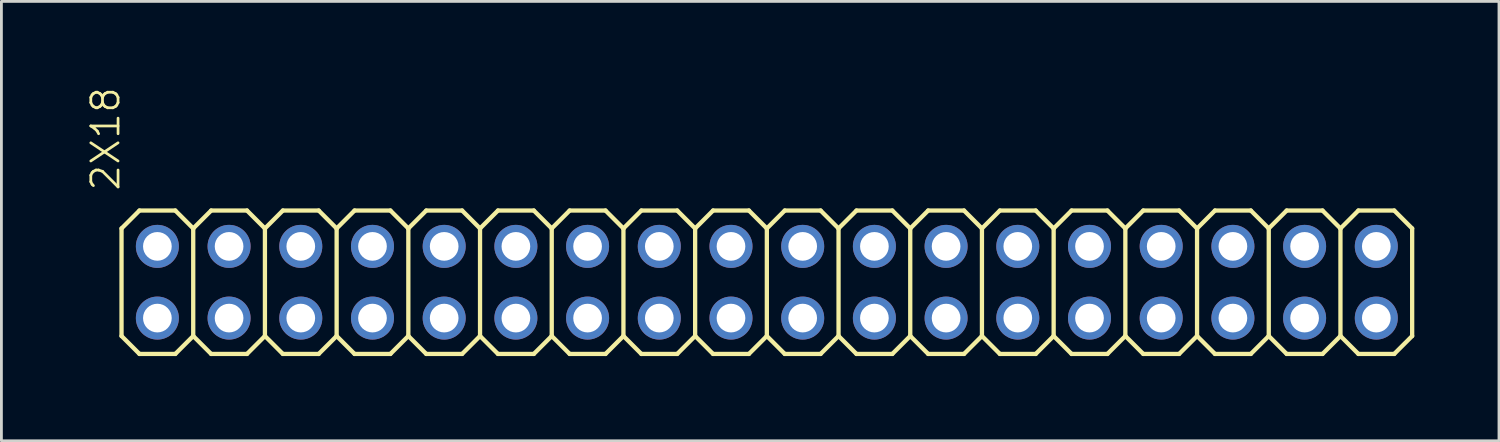
<source format=kicad_pcb>
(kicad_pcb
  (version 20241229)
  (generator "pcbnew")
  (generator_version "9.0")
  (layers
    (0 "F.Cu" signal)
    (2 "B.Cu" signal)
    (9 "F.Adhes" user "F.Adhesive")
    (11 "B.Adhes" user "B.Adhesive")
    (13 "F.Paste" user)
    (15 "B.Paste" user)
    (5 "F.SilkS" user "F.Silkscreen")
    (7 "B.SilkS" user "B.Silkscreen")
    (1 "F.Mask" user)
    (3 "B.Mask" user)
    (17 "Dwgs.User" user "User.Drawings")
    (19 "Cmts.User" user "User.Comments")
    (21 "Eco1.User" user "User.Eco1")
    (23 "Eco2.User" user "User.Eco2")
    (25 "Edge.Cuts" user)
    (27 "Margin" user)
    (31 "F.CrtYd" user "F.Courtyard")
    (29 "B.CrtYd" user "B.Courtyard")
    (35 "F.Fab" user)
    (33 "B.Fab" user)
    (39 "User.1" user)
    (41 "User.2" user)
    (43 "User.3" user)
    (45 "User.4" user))
  (footprint "2X18"
    (layer "F.Cu")
    (at 24.115 6.948)
    (property "Reference" "2X18" (at -22.86 -3.175 90) (layer "F.SilkS") (effects (font (size 0.965 0.965) (thickness 0.097)) (justify left bottom)))
    (attr through_hole)
    (fp_line (start -22.86 -1.905) (end -22.225 -2.54) (stroke (width 0.152) (type solid)) (layer "F.SilkS"))
    (fp_line (start -22.86 1.905) (end -22.86 -1.905) (stroke (width 0.152) (type solid)) (layer "F.SilkS"))
    (fp_line (start -22.86 1.905) (end -22.225 2.54) (stroke (width 0.152) (type solid)) (layer "F.SilkS"))
    (fp_line (start -22.225 -2.54) (end -20.955 -2.54) (stroke (width 0.152) (type solid)) (layer "F.SilkS"))
    (fp_line (start -22.225 2.54) (end -20.955 2.54) (stroke (width 0.152) (type solid)) (layer "F.SilkS"))
    (fp_line (start -20.955 -2.54) (end -20.32 -1.905) (stroke (width 0.152) (type solid)) (layer "F.SilkS"))
    (fp_line (start -20.955 2.54) (end -20.32 1.905) (stroke (width 0.152) (type solid)) (layer "F.SilkS"))
    (fp_line (start -20.32 -1.905) (end -20.32 1.905) (stroke (width 0.152) (type solid)) (layer "F.SilkS"))
    (fp_line (start -20.32 -1.905) (end -19.685 -2.54) (stroke (width 0.152) (type solid)) (layer "F.SilkS"))
    (fp_line (start -20.32 1.905) (end -19.685 2.54) (stroke (width 0.152) (type solid)) (layer "F.SilkS"))
    (fp_line (start -19.685 -2.54) (end -18.415 -2.54) (stroke (width 0.152) (type solid)) (layer "F.SilkS"))
    (fp_line (start -19.685 2.54) (end -18.415 2.54) (stroke (width 0.152) (type solid)) (layer "F.SilkS"))
    (fp_line (start -18.415 -2.54) (end -17.78 -1.905) (stroke (width 0.152) (type solid)) (layer "F.SilkS"))
    (fp_line (start -18.415 2.54) (end -17.78 1.905) (stroke (width 0.152) (type solid)) (layer "F.SilkS"))
    (fp_line (start -17.78 -1.905) (end -17.78 1.905) (stroke (width 0.152) (type solid)) (layer "F.SilkS"))
    (fp_line (start -17.78 -1.905) (end -17.145 -2.54) (stroke (width 0.152) (type solid)) (layer "F.SilkS"))
    (fp_line (start -17.78 1.905) (end -17.145 2.54) (stroke (width 0.152) (type solid)) (layer "F.SilkS"))
    (fp_line (start -17.145 -2.54) (end -15.875 -2.54) (stroke (width 0.152) (type solid)) (layer "F.SilkS"))
    (fp_line (start -17.145 2.54) (end -15.875 2.54) (stroke (width 0.152) (type solid)) (layer "F.SilkS"))
    (fp_line (start -15.875 -2.54) (end -15.24 -1.905) (stroke (width 0.152) (type solid)) (layer "F.SilkS"))
    (fp_line (start -15.875 2.54) (end -15.24 1.905) (stroke (width 0.152) (type solid)) (layer "F.SilkS"))
    (fp_line (start -15.24 -1.905) (end -15.24 1.905) (stroke (width 0.152) (type solid)) (layer "F.SilkS"))
    (fp_line (start -15.24 -1.905) (end -14.605 -2.54) (stroke (width 0.152) (type solid)) (layer "F.SilkS"))
    (fp_line (start -15.24 1.905) (end -14.605 2.54) (stroke (width 0.152) (type solid)) (layer "F.SilkS"))
    (fp_line (start -14.605 -2.54) (end -13.335 -2.54) (stroke (width 0.152) (type solid)) (layer "F.SilkS"))
    (fp_line (start -14.605 2.54) (end -13.335 2.54) (stroke (width 0.152) (type solid)) (layer "F.SilkS"))
    (fp_line (start -13.335 -2.54) (end -12.7 -1.905) (stroke (width 0.152) (type solid)) (layer "F.SilkS"))
    (fp_line (start -13.335 2.54) (end -12.7 1.905) (stroke (width 0.152) (type solid)) (layer "F.SilkS"))
    (fp_line (start -12.7 -1.905) (end -12.7 1.905) (stroke (width 0.152) (type solid)) (layer "F.SilkS"))
    (fp_line (start -12.7 -1.905) (end -12.065 -2.54) (stroke (width 0.152) (type solid)) (layer "F.SilkS"))
    (fp_line (start -12.7 1.905) (end -12.065 2.54) (stroke (width 0.152) (type solid)) (layer "F.SilkS"))
    (fp_line (start -12.065 -2.54) (end -10.795 -2.54) (stroke (width 0.152) (type solid)) (layer "F.SilkS"))
    (fp_line (start -12.065 2.54) (end -10.795 2.54) (stroke (width 0.152) (type solid)) (layer "F.SilkS"))
    (fp_line (start -10.795 -2.54) (end -10.16 -1.905) (stroke (width 0.152) (type solid)) (layer "F.SilkS"))
    (fp_line (start -10.795 2.54) (end -10.16 1.905) (stroke (width 0.152) (type solid)) (layer "F.SilkS"))
    (fp_line (start -10.16 -1.905) (end -10.16 1.905) (stroke (width 0.152) (type solid)) (layer "F.SilkS"))
    (fp_line (start -10.16 -1.905) (end -9.525 -2.54) (stroke (width 0.152) (type solid)) (layer "F.SilkS"))
    (fp_line (start -10.16 1.905) (end -9.525 2.54) (stroke (width 0.152) (type solid)) (layer "F.SilkS"))
    (fp_line (start -9.525 -2.54) (end -8.255 -2.54) (stroke (width 0.152) (type solid)) (layer "F.SilkS"))
    (fp_line (start -9.525 2.54) (end -8.255 2.54) (stroke (width 0.152) (type solid)) (layer "F.SilkS"))
    (fp_line (start -8.255 -2.54) (end -7.62 -1.905) (stroke (width 0.152) (type solid)) (layer "F.SilkS"))
    (fp_line (start -8.255 2.54) (end -7.62 1.905) (stroke (width 0.152) (type solid)) (layer "F.SilkS"))
    (fp_line (start -7.62 -1.905) (end -7.62 1.905) (stroke (width 0.152) (type solid)) (layer "F.SilkS"))
    (fp_line (start -7.62 -1.905) (end -6.985 -2.54) (stroke (width 0.152) (type solid)) (layer "F.SilkS"))
    (fp_line (start -7.62 1.905) (end -6.985 2.54) (stroke (width 0.152) (type solid)) (layer "F.SilkS"))
    (fp_line (start -6.985 -2.54) (end -5.715 -2.54) (stroke (width 0.152) (type solid)) (layer "F.SilkS"))
    (fp_line (start -5.715 -2.54) (end -5.08 -1.905) (stroke (width 0.152) (type solid)) (layer "F.SilkS"))
    (fp_line (start -5.715 2.54) (end -6.985 2.54) (stroke (width 0.152) (type solid)) (layer "F.SilkS"))
    (fp_line (start -5.08 -1.905) (end -5.08 1.905) (stroke (width 0.152) (type solid)) (layer "F.SilkS"))
    (fp_line (start -5.08 -1.905) (end -4.445 -2.54) (stroke (width 0.152) (type solid)) (layer "F.SilkS"))
    (fp_line (start -5.08 1.905) (end -5.715 2.54) (stroke (width 0.152) (type solid)) (layer "F.SilkS"))
    (fp_line (start -5.08 1.905) (end -4.445 2.54) (stroke (width 0.152) (type solid)) (layer "F.SilkS"))
    (fp_line (start -4.445 -2.54) (end -3.175 -2.54) (stroke (width 0.152) (type solid)) (layer "F.SilkS"))
    (fp_line (start -3.175 -2.54) (end -2.54 -1.905) (stroke (width 0.152) (type solid)) (layer "F.SilkS"))
    (fp_line (start -3.175 2.54) (end -4.445 2.54) (stroke (width 0.152) (type solid)) (layer "F.SilkS"))
    (fp_line (start -2.54 -1.905) (end -2.54 1.905) (stroke (width 0.152) (type solid)) (layer "F.SilkS"))
    (fp_line (start -2.54 -1.905) (end -1.905 -2.54) (stroke (width 0.152) (type solid)) (layer "F.SilkS"))
    (fp_line (start -2.54 1.905) (end -3.175 2.54) (stroke (width 0.152) (type solid)) (layer "F.SilkS"))
    (fp_line (start -2.54 1.905) (end -1.905 2.54) (stroke (width 0.152) (type solid)) (layer "F.SilkS"))
    (fp_line (start -1.905 -2.54) (end -0.635 -2.54) (stroke (width 0.152) (type solid)) (layer "F.SilkS"))
    (fp_line (start -0.635 -2.54) (end 0 -1.905) (stroke (width 0.152) (type solid)) (layer "F.SilkS"))
    (fp_line (start -0.635 2.54) (end -1.905 2.54) (stroke (width 0.152) (type solid)) (layer "F.SilkS"))
    (fp_line (start 0 -1.905) (end 0 1.905) (stroke (width 0.152) (type solid)) (layer "F.SilkS"))
    (fp_line (start 0 -1.905) (end 0.635 -2.54) (stroke (width 0.152) (type solid)) (layer "F.SilkS"))
    (fp_line (start 0 1.905) (end -0.635 2.54) (stroke (width 0.152) (type solid)) (layer "F.SilkS"))
    (fp_line (start 0 1.905) (end 0.635 2.54) (stroke (width 0.152) (type solid)) (layer "F.SilkS"))
    (fp_line (start 0.635 -2.54) (end 1.905 -2.54) (stroke (width 0.152) (type solid)) (layer "F.SilkS"))
    (fp_line (start 1.905 -2.54) (end 2.54 -1.905) (stroke (width 0.152) (type solid)) (layer "F.SilkS"))
    (fp_line (start 1.905 2.54) (end 0.635 2.54) (stroke (width 0.152) (type solid)) (layer "F.SilkS"))
    (fp_line (start 2.54 -1.905) (end 2.54 1.905) (stroke (width 0.152) (type solid)) (layer "F.SilkS"))
    (fp_line (start 2.54 -1.905) (end 3.175 -2.54) (stroke (width 0.152) (type solid)) (layer "F.SilkS"))
    (fp_line (start 2.54 1.905) (end 1.905 2.54) (stroke (width 0.152) (type solid)) (layer "F.SilkS"))
    (fp_line (start 2.54 1.905) (end 3.175 2.54) (stroke (width 0.152) (type solid)) (layer "F.SilkS"))
    (fp_line (start 3.175 -2.54) (end 4.445 -2.54) (stroke (width 0.152) (type solid)) (layer "F.SilkS"))
    (fp_line (start 4.445 -2.54) (end 5.08 -1.905) (stroke (width 0.152) (type solid)) (layer "F.SilkS"))
    (fp_line (start 4.445 2.54) (end 3.175 2.54) (stroke (width 0.152) (type solid)) (layer "F.SilkS"))
    (fp_line (start 5.08 -1.905) (end 5.08 1.905) (stroke (width 0.152) (type solid)) (layer "F.SilkS"))
    (fp_line (start 5.08 -1.905) (end 5.715 -2.54) (stroke (width 0.152) (type solid)) (layer "F.SilkS"))
    (fp_line (start 5.08 1.905) (end 4.445 2.54) (stroke (width 0.152) (type solid)) (layer "F.SilkS"))
    (fp_line (start 5.08 1.905) (end 5.715 2.54) (stroke (width 0.152) (type solid)) (layer "F.SilkS"))
    (fp_line (start 5.715 -2.54) (end 6.985 -2.54) (stroke (width 0.152) (type solid)) (layer "F.SilkS"))
    (fp_line (start 6.985 2.54) (end 5.715 2.54) (stroke (width 0.152) (type solid)) (layer "F.SilkS"))
    (fp_line (start 7.62 -1.905) (end 6.985 -2.54) (stroke (width 0.152) (type solid)) (layer "F.SilkS"))
    (fp_line (start 7.62 -1.905) (end 7.62 1.905) (stroke (width 0.152) (type solid)) (layer "F.SilkS"))
    (fp_line (start 7.62 -1.905) (end 8.255 -2.54) (stroke (width 0.152) (type solid)) (layer "F.SilkS"))
    (fp_line (start 7.62 1.905) (end 6.985 2.54) (stroke (width 0.152) (type solid)) (layer "F.SilkS"))
    (fp_line (start 7.62 1.905) (end 8.255 2.54) (stroke (width 0.152) (type solid)) (layer "F.SilkS"))
    (fp_line (start 9.525 -2.54) (end 8.255 -2.54) (stroke (width 0.152) (type solid)) (layer "F.SilkS"))
    (fp_line (start 9.525 -2.54) (end 10.16 -1.905) (stroke (width 0.152) (type solid)) (layer "F.SilkS"))
    (fp_line (start 9.525 2.54) (end 8.255 2.54) (stroke (width 0.152) (type solid)) (layer "F.SilkS"))
    (fp_line (start 10.16 -1.905) (end 10.16 1.905) (stroke (width 0.152) (type solid)) (layer "F.SilkS"))
    (fp_line (start 10.16 -1.905) (end 10.795 -2.54) (stroke (width 0.152) (type solid)) (layer "F.SilkS"))
    (fp_line (start 10.16 1.905) (end 9.525 2.54) (stroke (width 0.152) (type solid)) (layer "F.SilkS"))
    (fp_line (start 10.16 1.905) (end 10.795 2.54) (stroke (width 0.152) (type solid)) (layer "F.SilkS"))
    (fp_line (start 12.065 -2.54) (end 10.795 -2.54) (stroke (width 0.152) (type solid)) (layer "F.SilkS"))
    (fp_line (start 12.065 -2.54) (end 12.7 -1.905) (stroke (width 0.152) (type solid)) (layer "F.SilkS"))
    (fp_line (start 12.065 2.54) (end 10.795 2.54) (stroke (width 0.152) (type solid)) (layer "F.SilkS"))
    (fp_line (start 12.7 -1.905) (end 12.7 1.905) (stroke (width 0.152) (type solid)) (layer "F.SilkS"))
    (fp_line (start 12.7 -1.905) (end 13.335 -2.54) (stroke (width 0.152) (type solid)) (layer "F.SilkS"))
    (fp_line (start 12.7 1.905) (end 12.065 2.54) (stroke (width 0.152) (type solid)) (layer "F.SilkS"))
    (fp_line (start 13.335 2.54) (end 12.7 1.905) (stroke (width 0.152) (type solid)) (layer "F.SilkS"))
    (fp_line (start 13.335 2.54) (end 14.605 2.54) (stroke (width 0.152) (type solid)) (layer "F.SilkS"))
    (fp_line (start 14.605 -2.54) (end 13.335 -2.54) (stroke (width 0.152) (type solid)) (layer "F.SilkS"))
    (fp_line (start 14.605 -2.54) (end 15.24 -1.905) (stroke (width 0.152) (type solid)) (layer "F.SilkS"))
    (fp_line (start 15.24 -1.905) (end 15.24 1.905) (stroke (width 0.152) (type solid)) (layer "F.SilkS"))
    (fp_line (start 15.24 -1.905) (end 15.875 -2.54) (stroke (width 0.152) (type solid)) (layer "F.SilkS"))
    (fp_line (start 15.24 1.905) (end 14.605 2.54) (stroke (width 0.152) (type solid)) (layer "F.SilkS"))
    (fp_line (start 15.875 2.54) (end 15.24 1.905) (stroke (width 0.152) (type solid)) (layer "F.SilkS"))
    (fp_line (start 15.875 2.54) (end 17.145 2.54) (stroke (width 0.152) (type solid)) (layer "F.SilkS"))
    (fp_line (start 17.145 -2.54) (end 15.875 -2.54) (stroke (width 0.152) (type solid)) (layer "F.SilkS"))
    (fp_line (start 17.145 -2.54) (end 17.78 -1.905) (stroke (width 0.152) (type solid)) (layer "F.SilkS"))
    (fp_line (start 17.78 -1.905) (end 17.78 1.905) (stroke (width 0.152) (type solid)) (layer "F.SilkS"))
    (fp_line (start 17.78 -1.905) (end 18.415 -2.54) (stroke (width 0.152) (type solid)) (layer "F.SilkS"))
    (fp_line (start 17.78 1.905) (end 17.145 2.54) (stroke (width 0.152) (type solid)) (layer "F.SilkS"))
    (fp_line (start 17.78 1.905) (end 18.415 2.54) (stroke (width 0.152) (type solid)) (layer "F.SilkS"))
    (fp_line (start 19.685 -2.54) (end 18.415 -2.54) (stroke (width 0.152) (type solid)) (layer "F.SilkS"))
    (fp_line (start 19.685 -2.54) (end 20.32 -1.905) (stroke (width 0.152) (type solid)) (layer "F.SilkS"))
    (fp_line (start 19.685 2.54) (end 18.415 2.54) (stroke (width 0.152) (type solid)) (layer "F.SilkS"))
    (fp_line (start 20.32 -1.905) (end 20.32 1.905) (stroke (width 0.152) (type solid)) (layer "F.SilkS"))
    (fp_line (start 20.32 -1.905) (end 20.955 -2.54) (stroke (width 0.152) (type solid)) (layer "F.SilkS"))
    (fp_line (start 20.32 1.905) (end 19.685 2.54) (stroke (width 0.152) (type solid)) (layer "F.SilkS"))
    (fp_line (start 20.32 1.905) (end 20.955 2.54) (stroke (width 0.152) (type solid)) (layer "F.SilkS"))
    (fp_line (start 22.225 -2.54) (end 20.955 -2.54) (stroke (width 0.152) (type solid)) (layer "F.SilkS"))
    (fp_line (start 22.225 -2.54) (end 22.86 -1.905) (stroke (width 0.152) (type solid)) (layer "F.SilkS"))
    (fp_line (start 22.225 2.54) (end 20.955 2.54) (stroke (width 0.152) (type solid)) (layer "F.SilkS"))
    (fp_line (start 22.86 -1.905) (end 22.86 1.905) (stroke (width 0.152) (type solid)) (layer "F.SilkS"))
    (fp_line (start 22.86 1.905) (end 22.225 2.54) (stroke (width 0.152) (type solid)) (layer "F.SilkS"))
    (fp_poly (pts (xy -21.844 -1.016) (xy -21.336 -1.016) (xy -21.336 -1.524) (xy -21.844 -1.524)) (stroke (width 0.1) (type solid)) (fill no) (layer "F.Fab"))
    (fp_poly (pts (xy -21.844 1.524) (xy -21.336 1.524) (xy -21.336 1.016) (xy -21.844 1.016)) (stroke (width 0.1) (type solid)) (fill no) (layer "F.Fab"))
    (fp_poly (pts (xy -19.304 -1.016) (xy -18.796 -1.016) (xy -18.796 -1.524) (xy -19.304 -1.524)) (stroke (width 0.1) (type solid)) (fill no) (layer "F.Fab"))
    (fp_poly (pts (xy -19.304 1.524) (xy -18.796 1.524) (xy -18.796 1.016) (xy -19.304 1.016)) (stroke (width 0.1) (type solid)) (fill no) (layer "F.Fab"))
    (fp_poly (pts (xy -16.764 -1.016) (xy -16.256 -1.016) (xy -16.256 -1.524) (xy -16.764 -1.524)) (stroke (width 0.1) (type solid)) (fill no) (layer "F.Fab"))
    (fp_poly (pts (xy -16.764 1.524) (xy -16.256 1.524) (xy -16.256 1.016) (xy -16.764 1.016)) (stroke (width 0.1) (type solid)) (fill no) (layer "F.Fab"))
    (fp_poly (pts (xy -14.224 -1.016) (xy -13.716 -1.016) (xy -13.716 -1.524) (xy -14.224 -1.524)) (stroke (width 0.1) (type solid)) (fill no) (layer "F.Fab"))
    (fp_poly (pts (xy -14.224 1.524) (xy -13.716 1.524) (xy -13.716 1.016) (xy -14.224 1.016)) (stroke (width 0.1) (type solid)) (fill no) (layer "F.Fab"))
    (fp_poly (pts (xy -11.684 -1.016) (xy -11.176 -1.016) (xy -11.176 -1.524) (xy -11.684 -1.524)) (stroke (width 0.1) (type solid)) (fill no) (layer "F.Fab"))
    (fp_poly (pts (xy -11.684 1.524) (xy -11.176 1.524) (xy -11.176 1.016) (xy -11.684 1.016)) (stroke (width 0.1) (type solid)) (fill no) (layer "F.Fab"))
    (fp_poly (pts (xy -9.144 -1.016) (xy -8.636 -1.016) (xy -8.636 -1.524) (xy -9.144 -1.524)) (stroke (width 0.1) (type solid)) (fill no) (layer "F.Fab"))
    (fp_poly (pts (xy -9.144 1.524) (xy -8.636 1.524) (xy -8.636 1.016) (xy -9.144 1.016)) (stroke (width 0.1) (type solid)) (fill no) (layer "F.Fab"))
    (fp_poly (pts (xy -6.604 -1.016) (xy -6.096 -1.016) (xy -6.096 -1.524) (xy -6.604 -1.524)) (stroke (width 0.1) (type solid)) (fill no) (layer "F.Fab"))
    (fp_poly (pts (xy -6.604 1.524) (xy -6.096 1.524) (xy -6.096 1.016) (xy -6.604 1.016)) (stroke (width 0.1) (type solid)) (fill no) (layer "F.Fab"))
    (fp_poly (pts (xy -4.064 -1.016) (xy -3.556 -1.016) (xy -3.556 -1.524) (xy -4.064 -1.524)) (stroke (width 0.1) (type solid)) (fill no) (layer "F.Fab"))
    (fp_poly (pts (xy -4.064 1.524) (xy -3.556 1.524) (xy -3.556 1.016) (xy -4.064 1.016)) (stroke (width 0.1) (type solid)) (fill no) (layer "F.Fab"))
    (fp_poly (pts (xy -1.524 -1.016) (xy -1.016 -1.016) (xy -1.016 -1.524) (xy -1.524 -1.524)) (stroke (width 0.1) (type solid)) (fill no) (layer "F.Fab"))
    (fp_poly (pts (xy -1.524 1.524) (xy -1.016 1.524) (xy -1.016 1.016) (xy -1.524 1.016)) (stroke (width 0.1) (type solid)) (fill no) (layer "F.Fab"))
    (fp_poly (pts (xy 1.016 -1.016) (xy 1.524 -1.016) (xy 1.524 -1.524) (xy 1.016 -1.524)) (stroke (width 0.1) (type solid)) (fill no) (layer "F.Fab"))
    (fp_poly (pts (xy 1.016 1.524) (xy 1.524 1.524) (xy 1.524 1.016) (xy 1.016 1.016)) (stroke (width 0.1) (type solid)) (fill no) (layer "F.Fab"))
    (fp_poly (pts (xy 3.556 -1.016) (xy 4.064 -1.016) (xy 4.064 -1.524) (xy 3.556 -1.524)) (stroke (width 0.1) (type solid)) (fill no) (layer "F.Fab"))
    (fp_poly (pts (xy 3.556 1.524) (xy 4.064 1.524) (xy 4.064 1.016) (xy 3.556 1.016)) (stroke (width 0.1) (type solid)) (fill no) (layer "F.Fab"))
    (fp_poly (pts (xy 6.096 -1.016) (xy 6.604 -1.016) (xy 6.604 -1.524) (xy 6.096 -1.524)) (stroke (width 0.1) (type solid)) (fill no) (layer "F.Fab"))
    (fp_poly (pts (xy 6.096 1.524) (xy 6.604 1.524) (xy 6.604 1.016) (xy 6.096 1.016)) (stroke (width 0.1) (type solid)) (fill no) (layer "F.Fab"))
    (fp_poly (pts (xy 8.636 -1.016) (xy 9.144 -1.016) (xy 9.144 -1.524) (xy 8.636 -1.524)) (stroke (width 0.1) (type solid)) (fill no) (layer "F.Fab"))
    (fp_poly (pts (xy 8.636 1.524) (xy 9.144 1.524) (xy 9.144 1.016) (xy 8.636 1.016)) (stroke (width 0.1) (type solid)) (fill no) (layer "F.Fab"))
    (fp_poly (pts (xy 11.176 -1.016) (xy 11.684 -1.016) (xy 11.684 -1.524) (xy 11.176 -1.524)) (stroke (width 0.1) (type solid)) (fill no) (layer "F.Fab"))
    (fp_poly (pts (xy 11.176 1.524) (xy 11.684 1.524) (xy 11.684 1.016) (xy 11.176 1.016)) (stroke (width 0.1) (type solid)) (fill no) (layer "F.Fab"))
    (fp_poly (pts (xy 13.716 -1.016) (xy 14.224 -1.016) (xy 14.224 -1.524) (xy 13.716 -1.524)) (stroke (width 0.1) (type solid)) (fill no) (layer "F.Fab"))
    (fp_poly (pts (xy 13.716 1.524) (xy 14.224 1.524) (xy 14.224 1.016) (xy 13.716 1.016)) (stroke (width 0.1) (type solid)) (fill no) (layer "F.Fab"))
    (fp_poly (pts (xy 16.256 -1.016) (xy 16.764 -1.016) (xy 16.764 -1.524) (xy 16.256 -1.524)) (stroke (width 0.1) (type solid)) (fill no) (layer "F.Fab"))
    (fp_poly (pts (xy 16.256 1.524) (xy 16.764 1.524) (xy 16.764 1.016) (xy 16.256 1.016)) (stroke (width 0.1) (type solid)) (fill no) (layer "F.Fab"))
    (fp_poly (pts (xy 18.796 -1.016) (xy 19.304 -1.016) (xy 19.304 -1.524) (xy 18.796 -1.524)) (stroke (width 0.1) (type solid)) (fill no) (layer "F.Fab"))
    (fp_poly (pts (xy 18.796 1.524) (xy 19.304 1.524) (xy 19.304 1.016) (xy 18.796 1.016)) (stroke (width 0.1) (type solid)) (fill no) (layer "F.Fab"))
    (fp_poly (pts (xy 21.336 -1.016) (xy 21.844 -1.016) (xy 21.844 -1.524) (xy 21.336 -1.524)) (stroke (width 0.1) (type solid)) (fill no) (layer "F.Fab"))
    (fp_poly (pts (xy 21.336 1.524) (xy 21.844 1.524) (xy 21.844 1.016) (xy 21.336 1.016)) (stroke (width 0.1) (type solid)) (fill no) (layer "F.Fab"))
    (pad "1" thru_hole circle (at -21.59 1.27) (size 1.524 1.524) (drill 1.016) (layers "*.Cu" "*.Mask"))
    (pad "2" thru_hole circle (at -21.59 -1.27) (size 1.524 1.524) (drill 1.016) (layers "*.Cu" "*.Mask"))
    (pad "3" thru_hole circle (at -19.05 1.27) (size 1.524 1.524) (drill 1.016) (layers "*.Cu" "*.Mask"))
    (pad "4" thru_hole circle (at -19.05 -1.27) (size 1.524 1.524) (drill 1.016) (layers "*.Cu" "*.Mask"))
    (pad "5" thru_hole circle (at -16.51 1.27) (size 1.524 1.524) (drill 1.016) (layers "*.Cu" "*.Mask"))
    (pad "6" thru_hole circle (at -16.51 -1.27) (size 1.524 1.524) (drill 1.016) (layers "*.Cu" "*.Mask"))
    (pad "7" thru_hole circle (at -13.97 1.27) (size 1.524 1.524) (drill 1.016) (layers "*.Cu" "*.Mask"))
    (pad "8" thru_hole circle (at -13.97 -1.27) (size 1.524 1.524) (drill 1.016) (layers "*.Cu" "*.Mask"))
    (pad "9" thru_hole circle (at -11.43 1.27) (size 1.524 1.524) (drill 1.016) (layers "*.Cu" "*.Mask"))
    (pad "10" thru_hole circle (at -11.43 -1.27) (size 1.524 1.524) (drill 1.016) (layers "*.Cu" "*.Mask"))
    (pad "11" thru_hole circle (at -8.89 1.27) (size 1.524 1.524) (drill 1.016) (layers "*.Cu" "*.Mask"))
    (pad "12" thru_hole circle (at -8.89 -1.27) (size 1.524 1.524) (drill 1.016) (layers "*.Cu" "*.Mask"))
    (pad "13" thru_hole circle (at -6.35 1.27) (size 1.524 1.524) (drill 1.016) (layers "*.Cu" "*.Mask"))
    (pad "14" thru_hole circle (at -6.35 -1.27) (size 1.524 1.524) (drill 1.016) (layers "*.Cu" "*.Mask"))
    (pad "15" thru_hole circle (at -3.81 1.27) (size 1.524 1.524) (drill 1.016) (layers "*.Cu" "*.Mask"))
    (pad "16" thru_hole circle (at -3.81 -1.27) (size 1.524 1.524) (drill 1.016) (layers "*.Cu" "*.Mask"))
    (pad "17" thru_hole circle (at -1.27 1.27) (size 1.524 1.524) (drill 1.016) (layers "*.Cu" "*.Mask"))
    (pad "18" thru_hole circle (at -1.27 -1.27) (size 1.524 1.524) (drill 1.016) (layers "*.Cu" "*.Mask"))
    (pad "19" thru_hole circle (at 1.27 1.27) (size 1.524 1.524) (drill 1.016) (layers "*.Cu" "*.Mask"))
    (pad "20" thru_hole circle (at 1.27 -1.27) (size 1.524 1.524) (drill 1.016) (layers "*.Cu" "*.Mask"))
    (pad "21" thru_hole circle (at 3.81 1.27) (size 1.524 1.524) (drill 1.016) (layers "*.Cu" "*.Mask"))
    (pad "22" thru_hole circle (at 3.81 -1.27) (size 1.524 1.524) (drill 1.016) (layers "*.Cu" "*.Mask"))
    (pad "23" thru_hole circle (at 6.35 1.27) (size 1.524 1.524) (drill 1.016) (layers "*.Cu" "*.Mask"))
    (pad "24" thru_hole circle (at 6.35 -1.27) (size 1.524 1.524) (drill 1.016) (layers "*.Cu" "*.Mask"))
    (pad "25" thru_hole circle (at 8.89 1.27) (size 1.524 1.524) (drill 1.016) (layers "*.Cu" "*.Mask"))
    (pad "26" thru_hole circle (at 8.89 -1.27) (size 1.524 1.524) (drill 1.016) (layers "*.Cu" "*.Mask"))
    (pad "27" thru_hole circle (at 11.43 1.27) (size 1.524 1.524) (drill 1.016) (layers "*.Cu" "*.Mask"))
    (pad "28" thru_hole circle (at 11.43 -1.27) (size 1.524 1.524) (drill 1.016) (layers "*.Cu" "*.Mask"))
    (pad "29" thru_hole circle (at 13.97 1.27) (size 1.524 1.524) (drill 1.016) (layers "*.Cu" "*.Mask"))
    (pad "30" thru_hole circle (at 13.97 -1.27) (size 1.524 1.524) (drill 1.016) (layers "*.Cu" "*.Mask"))
    (pad "31" thru_hole circle (at 16.51 1.27) (size 1.524 1.524) (drill 1.016) (layers "*.Cu" "*.Mask"))
    (pad "32" thru_hole circle (at 16.51 -1.27) (size 1.524 1.524) (drill 1.016) (layers "*.Cu" "*.Mask"))
    (pad "33" thru_hole circle (at 19.05 1.27) (size 1.524 1.524) (drill 1.016) (layers "*.Cu" "*.Mask"))
    (pad "34" thru_hole circle (at 19.05 -1.27) (size 1.524 1.524) (drill 1.016) (layers "*.Cu" "*.Mask"))
    (pad "35" thru_hole circle (at 21.59 1.27) (size 1.524 1.524) (drill 1.016) (layers "*.Cu" "*.Mask"))
    (pad "36" thru_hole circle (at 21.59 -1.27) (size 1.524 1.524) (drill 1.016) (layers "*.Cu" "*.Mask")))
  (gr_rect
    (start -3 -3)
    (end 50.051 12.565)
    (stroke (width 0.1) (type default))
    (fill no)
    (layer "Edge.Cuts")))
</source>
